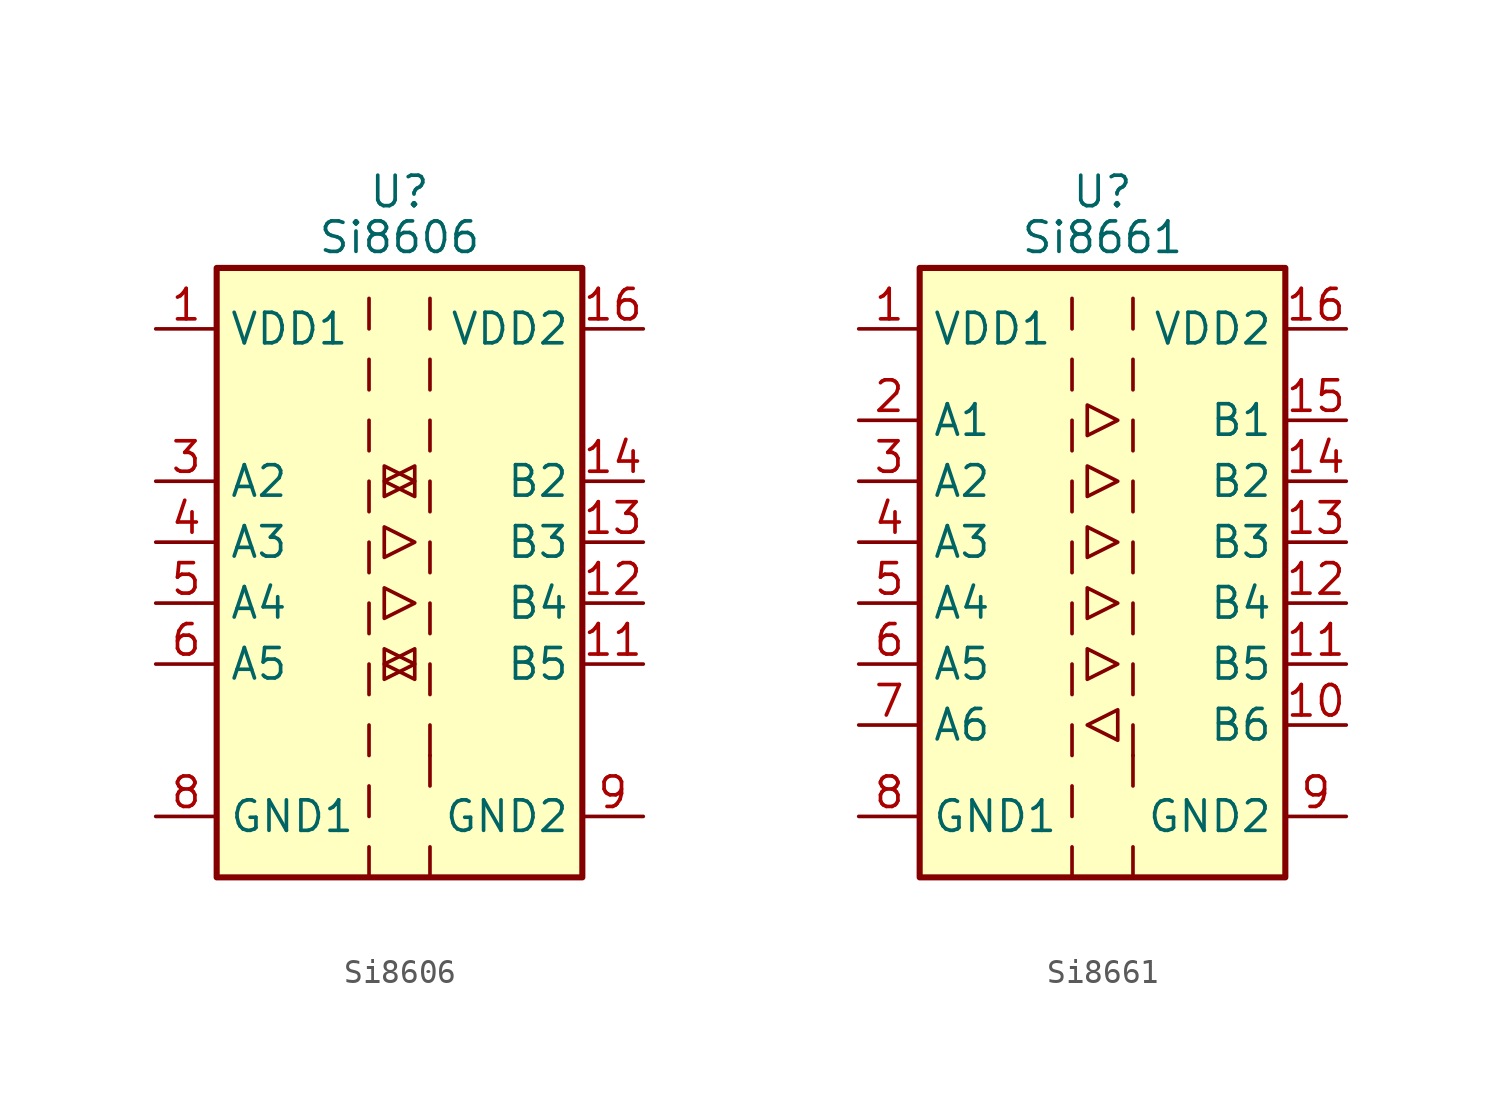
<source format=kicad_sym>
(kicad_symbol_lib
  (version 20211014)
  (generator kicad_symbol_editor)
  (symbol "Si8606"
    (property "Reference" "U"
      (at 0 15.875 0)
      (effects (font (size 1.27 1.27))))
    (property "Value" "Si8606"
      (at 0 13.97 0)
      (effects (font (size 1.27 1.27))))
    (symbol "Si8606_0_1"
      (rectangle (start -7.62 12.7) (end 7.62 -12.7) (stroke (width 0.254) (type default) (color 0 0 0 0)) (fill (type background)))
      (polyline (pts (xy -1.27 -11.43) (xy -1.27 -12.7)) (stroke (width 0) (type default) (color 0 0 0 0)) (fill (type none)))
      (polyline (pts (xy -1.27 -8.89) (xy -1.27 -10.16)) (stroke (width 0) (type default) (color 0 0 0 0)) (fill (type none)))
      (polyline (pts (xy -1.27 -6.35) (xy -1.27 -7.62)) (stroke (width 0) (type default) (color 0 0 0 0)) (fill (type none)))
      (polyline (pts (xy -1.27 -3.81) (xy -1.27 -5.08)) (stroke (width 0) (type default) (color 0 0 0 0)) (fill (type none)))
      (polyline (pts (xy -1.27 -1.27) (xy -1.27 -2.54)) (stroke (width 0) (type default) (color 0 0 0 0)) (fill (type none)))
      (polyline (pts (xy -1.27 1.27) (xy -1.27 0)) (stroke (width 0) (type default) (color 0 0 0 0)) (fill (type none)))
      (polyline (pts (xy -1.27 3.81) (xy -1.27 2.54)) (stroke (width 0) (type default) (color 0 0 0 0)) (fill (type none)))
      (polyline (pts (xy -1.27 6.35) (xy -1.27 5.08)) (stroke (width 0) (type default) (color 0 0 0 0)) (fill (type none)))
      (polyline (pts (xy -1.27 8.89) (xy -1.27 7.62)) (stroke (width 0) (type default) (color 0 0 0 0)) (fill (type none)))
      (polyline (pts (xy -1.27 11.43) (xy -1.27 10.16)) (stroke (width 0) (type default) (color 0 0 0 0)) (fill (type none)))
      (polyline (pts (xy 1.27 -11.43) (xy 1.27 -12.7)) (stroke (width 0) (type default) (color 0 0 0 0)) (fill (type none)))
      (polyline (pts (xy 1.27 -7.62) (xy 1.27 -8.89)) (stroke (width 0) (type default) (color 0 0 0 0)) (fill (type none)))
      (polyline (pts (xy 1.27 -6.35) (xy 1.27 -7.62)) (stroke (width 0) (type default) (color 0 0 0 0)) (fill (type none)))
      (polyline (pts (xy 1.27 -3.81) (xy 1.27 -5.08)) (stroke (width 0) (type default) (color 0 0 0 0)) (fill (type none)))
      (polyline (pts (xy 1.27 -1.27) (xy 1.27 -2.54)) (stroke (width 0) (type default) (color 0 0 0 0)) (fill (type none)))
      (polyline (pts (xy 1.27 1.27) (xy 1.27 0)) (stroke (width 0) (type default) (color 0 0 0 0)) (fill (type none)))
      (polyline (pts (xy 1.27 3.81) (xy 1.27 2.54)) (stroke (width 0) (type default) (color 0 0 0 0)) (fill (type none)))
      (polyline (pts (xy 1.27 6.35) (xy 1.27 5.08)) (stroke (width 0) (type default) (color 0 0 0 0)) (fill (type none)))
      (polyline (pts (xy 1.27 8.89) (xy 1.27 7.62)) (stroke (width 0) (type default) (color 0 0 0 0)) (fill (type none)))
      (polyline (pts (xy 1.27 11.43) (xy 1.27 10.16)) (stroke (width 0) (type default) (color 0 0 0 0)) (fill (type none)))
      (polyline (pts (xy -0.635 -0.635) (xy -0.635 -1.905) (xy 0.635 -1.27) (xy -0.635 -0.635)) (stroke (width 0) (type default) (color 0 0 0 0)) (fill (type none)))
      (polyline (pts (xy -0.635 1.905) (xy -0.635 0.635) (xy 0.635 1.27) (xy -0.635 1.905)) (stroke (width 0) (type default) (color 0 0 0 0)) (fill (type none)))
      (polyline (pts (xy 0.635 -3.81) (xy -0.635 -3.175) (xy -0.635 -4.445) (xy 0.635 -3.81)) (stroke (width 0) (type default) (color 0 0 0 0)) (fill (type none))))
    (symbol "Si8606_1_1"
      (polyline (pts (xy -0.635 4.445) (xy -0.635 3.175) (xy 0.635 3.81) (xy -0.635 4.445)) (stroke (width 0) (type default) (color 0 0 0 0)) (fill (type none)))
      (polyline (pts (xy 0.635 -4.445) (xy 0.635 -3.175) (xy -0.635 -3.81) (xy 0.635 -4.445)) (stroke (width 0) (type default) (color 0 0 0 0)) (fill (type none)))
      (polyline (pts (xy 0.635 3.175) (xy 0.635 4.445) (xy -0.635 3.81) (xy 0.635 3.175)) (stroke (width 0) (type default) (color 0 0 0 0)) (fill (type none)))
      (pin power_in line (at -10.16 10.16 0) (length 2.54) (name "VDD1" (effects (font (size 1.27 1.27)))) (number "1" (effects (font (size 1.27 1.27)))))
      (pin no_connect line (at 10.16 -6.35 180) (length 2.54) hide (name "NC" (effects (font (size 1.27 1.27)))) (number "10" (effects (font (size 1.27 1.27)))))
      (pin output line (at 10.16 -3.81 180) (length 2.54) (name "B5" (effects (font (size 1.27 1.27)))) (number "11" (effects (font (size 1.27 1.27)))))
      (pin output line (at 10.16 -1.27 180) (length 2.54) (name "B4" (effects (font (size 1.27 1.27)))) (number "12" (effects (font (size 1.27 1.27)))))
      (pin output line (at 10.16 1.27 180) (length 2.54) (name "B3" (effects (font (size 1.27 1.27)))) (number "13" (effects (font (size 1.27 1.27)))))
      (pin output line (at 10.16 3.81 180) (length 2.54) (name "B2" (effects (font (size 1.27 1.27)))) (number "14" (effects (font (size 1.27 1.27)))))
      (pin no_connect line (at 10.16 6.35 180) (length 2.54) hide (name "NC" (effects (font (size 1.27 1.27)))) (number "15" (effects (font (size 1.27 1.27)))))
      (pin power_in line (at 10.16 10.16 180) (length 2.54) (name "VDD2" (effects (font (size 1.27 1.27)))) (number "16" (effects (font (size 1.27 1.27)))))
      (pin no_connect line (at -10.16 6.35 0) (length 2.54) hide (name "NC" (effects (font (size 1.27 1.27)))) (number "2" (effects (font (size 1.27 1.27)))))
      (pin input line (at -10.16 3.81 0) (length 2.54) (name "A2" (effects (font (size 1.27 1.27)))) (number "3" (effects (font (size 1.27 1.27)))))
      (pin input line (at -10.16 1.27 0) (length 2.54) (name "A3" (effects (font (size 1.27 1.27)))) (number "4" (effects (font (size 1.27 1.27)))))
      (pin input line (at -10.16 -1.27 0) (length 2.54) (name "A4" (effects (font (size 1.27 1.27)))) (number "5" (effects (font (size 1.27 1.27)))))
      (pin input line (at -10.16 -3.81 0) (length 2.54) (name "A5" (effects (font (size 1.27 1.27)))) (number "6" (effects (font (size 1.27 1.27)))))
      (pin no_connect line (at -10.16 -6.35 0) (length 2.54) hide (name "NC" (effects (font (size 1.27 1.27)))) (number "7" (effects (font (size 1.27 1.27)))))
      (pin power_in line (at -10.16 -10.16 0) (length 2.54) (name "GND1" (effects (font (size 1.27 1.27)))) (number "8" (effects (font (size 1.27 1.27)))))
      (pin power_in line (at 10.16 -10.16 180) (length 2.54) (name "GND2" (effects (font (size 1.27 1.27)))) (number "9" (effects (font (size 1.27 1.27)))))))
  (symbol "Si8661"
    (property "Reference" "U"
      (at 0 15.875 0)
      (effects (font (size 1.27 1.27))))
    (property "Value" "Si8661"
      (at 0 13.97 0)
      (effects (font (size 1.27 1.27))))
    (symbol "Si8661_0_1"
      (rectangle (start -7.62 12.7) (end 7.62 -12.7) (stroke (width 0.254) (type default) (color 0 0 0 0)) (fill (type background)))
      (polyline (pts (xy -1.27 -11.43) (xy -1.27 -12.7)) (stroke (width 0) (type default) (color 0 0 0 0)) (fill (type none)))
      (polyline (pts (xy -1.27 -8.89) (xy -1.27 -10.16)) (stroke (width 0) (type default) (color 0 0 0 0)) (fill (type none)))
      (polyline (pts (xy -1.27 -6.35) (xy -1.27 -7.62)) (stroke (width 0) (type default) (color 0 0 0 0)) (fill (type none)))
      (polyline (pts (xy -1.27 -3.81) (xy -1.27 -5.08)) (stroke (width 0) (type default) (color 0 0 0 0)) (fill (type none)))
      (polyline (pts (xy -1.27 -1.27) (xy -1.27 -2.54)) (stroke (width 0) (type default) (color 0 0 0 0)) (fill (type none)))
      (polyline (pts (xy -1.27 1.27) (xy -1.27 0)) (stroke (width 0) (type default) (color 0 0 0 0)) (fill (type none)))
      (polyline (pts (xy -1.27 3.81) (xy -1.27 2.54)) (stroke (width 0) (type default) (color 0 0 0 0)) (fill (type none)))
      (polyline (pts (xy -1.27 6.35) (xy -1.27 5.08)) (stroke (width 0) (type default) (color 0 0 0 0)) (fill (type none)))
      (polyline (pts (xy -1.27 8.89) (xy -1.27 7.62)) (stroke (width 0) (type default) (color 0 0 0 0)) (fill (type none)))
      (polyline (pts (xy -1.27 11.43) (xy -1.27 10.16)) (stroke (width 0) (type default) (color 0 0 0 0)) (fill (type none)))
      (polyline (pts (xy 1.27 -11.43) (xy 1.27 -12.7)) (stroke (width 0) (type default) (color 0 0 0 0)) (fill (type none)))
      (polyline (pts (xy 1.27 -7.62) (xy 1.27 -8.89)) (stroke (width 0) (type default) (color 0 0 0 0)) (fill (type none)))
      (polyline (pts (xy 1.27 -6.35) (xy 1.27 -7.62)) (stroke (width 0) (type default) (color 0 0 0 0)) (fill (type none)))
      (polyline (pts (xy 1.27 -3.81) (xy 1.27 -5.08)) (stroke (width 0) (type default) (color 0 0 0 0)) (fill (type none)))
      (polyline (pts (xy 1.27 -1.27) (xy 1.27 -2.54)) (stroke (width 0) (type default) (color 0 0 0 0)) (fill (type none)))
      (polyline (pts (xy 1.27 1.27) (xy 1.27 0)) (stroke (width 0) (type default) (color 0 0 0 0)) (fill (type none)))
      (polyline (pts (xy 1.27 3.81) (xy 1.27 2.54)) (stroke (width 0) (type default) (color 0 0 0 0)) (fill (type none)))
      (polyline (pts (xy 1.27 6.35) (xy 1.27 5.08)) (stroke (width 0) (type default) (color 0 0 0 0)) (fill (type none)))
      (polyline (pts (xy 1.27 8.89) (xy 1.27 7.62)) (stroke (width 0) (type default) (color 0 0 0 0)) (fill (type none)))
      (polyline (pts (xy 1.27 11.43) (xy 1.27 10.16)) (stroke (width 0) (type default) (color 0 0 0 0)) (fill (type none)))
      (polyline (pts (xy -0.635 -6.35) (xy 0.635 -5.715) (xy 0.635 -6.985) (xy -0.635 -6.35)) (stroke (width 0) (type default) (color 0 0 0 0)) (fill (type none)))
      (polyline (pts (xy -0.635 -0.635) (xy -0.635 -1.905) (xy 0.635 -1.27) (xy -0.635 -0.635)) (stroke (width 0) (type default) (color 0 0 0 0)) (fill (type none)))
      (polyline (pts (xy -0.635 1.905) (xy -0.635 0.635) (xy 0.635 1.27) (xy -0.635 1.905)) (stroke (width 0) (type default) (color 0 0 0 0)) (fill (type none)))
      (polyline (pts (xy 0.635 -3.81) (xy -0.635 -3.175) (xy -0.635 -4.445) (xy 0.635 -3.81)) (stroke (width 0) (type default) (color 0 0 0 0)) (fill (type none))))
    (symbol "Si8661_1_1"
      (polyline (pts (xy -0.635 4.445) (xy -0.635 3.175) (xy 0.635 3.81) (xy -0.635 4.445)) (stroke (width 0) (type default) (color 0 0 0 0)) (fill (type none)))
      (polyline (pts (xy -0.635 6.985) (xy -0.635 5.715) (xy 0.635 6.35) (xy -0.635 6.985)) (stroke (width 0) (type default) (color 0 0 0 0)) (fill (type none)))
      (pin power_in line (at -10.16 10.16 0) (length 2.54) (name "VDD1" (effects (font (size 1.27 1.27)))) (number "1" (effects (font (size 1.27 1.27)))))
      (pin input line (at 10.16 -6.35 180) (length 2.54) (name "B6" (effects (font (size 1.27 1.27)))) (number "10" (effects (font (size 1.27 1.27)))))
      (pin output line (at 10.16 -3.81 180) (length 2.54) (name "B5" (effects (font (size 1.27 1.27)))) (number "11" (effects (font (size 1.27 1.27)))))
      (pin output line (at 10.16 -1.27 180) (length 2.54) (name "B4" (effects (font (size 1.27 1.27)))) (number "12" (effects (font (size 1.27 1.27)))))
      (pin output line (at 10.16 1.27 180) (length 2.54) (name "B3" (effects (font (size 1.27 1.27)))) (number "13" (effects (font (size 1.27 1.27)))))
      (pin output line (at 10.16 3.81 180) (length 2.54) (name "B2" (effects (font (size 1.27 1.27)))) (number "14" (effects (font (size 1.27 1.27)))))
      (pin output line (at 10.16 6.35 180) (length 2.54) (name "B1" (effects (font (size 1.27 1.27)))) (number "15" (effects (font (size 1.27 1.27)))))
      (pin power_in line (at 10.16 10.16 180) (length 2.54) (name "VDD2" (effects (font (size 1.27 1.27)))) (number "16" (effects (font (size 1.27 1.27)))))
      (pin input line (at -10.16 6.35 0) (length 2.54) (name "A1" (effects (font (size 1.27 1.27)))) (number "2" (effects (font (size 1.27 1.27)))))
      (pin input line (at -10.16 3.81 0) (length 2.54) (name "A2" (effects (font (size 1.27 1.27)))) (number "3" (effects (font (size 1.27 1.27)))))
      (pin input line (at -10.16 1.27 0) (length 2.54) (name "A3" (effects (font (size 1.27 1.27)))) (number "4" (effects (font (size 1.27 1.27)))))
      (pin input line (at -10.16 -1.27 0) (length 2.54) (name "A4" (effects (font (size 1.27 1.27)))) (number "5" (effects (font (size 1.27 1.27)))))
      (pin input line (at -10.16 -3.81 0) (length 2.54) (name "A5" (effects (font (size 1.27 1.27)))) (number "6" (effects (font (size 1.27 1.27)))))
      (pin output line (at -10.16 -6.35 0) (length 2.54) (name "A6" (effects (font (size 1.27 1.27)))) (number "7" (effects (font (size 1.27 1.27)))))
      (pin power_in line (at -10.16 -10.16 0) (length 2.54) (name "GND1" (effects (font (size 1.27 1.27)))) (number "8" (effects (font (size 1.27 1.27)))))
      (pin power_in line (at 10.16 -10.16 180) (length 2.54) (name "GND2" (effects (font (size 1.27 1.27)))) (number "9" (effects (font (size 1.27 1.27))))))))
</source>
